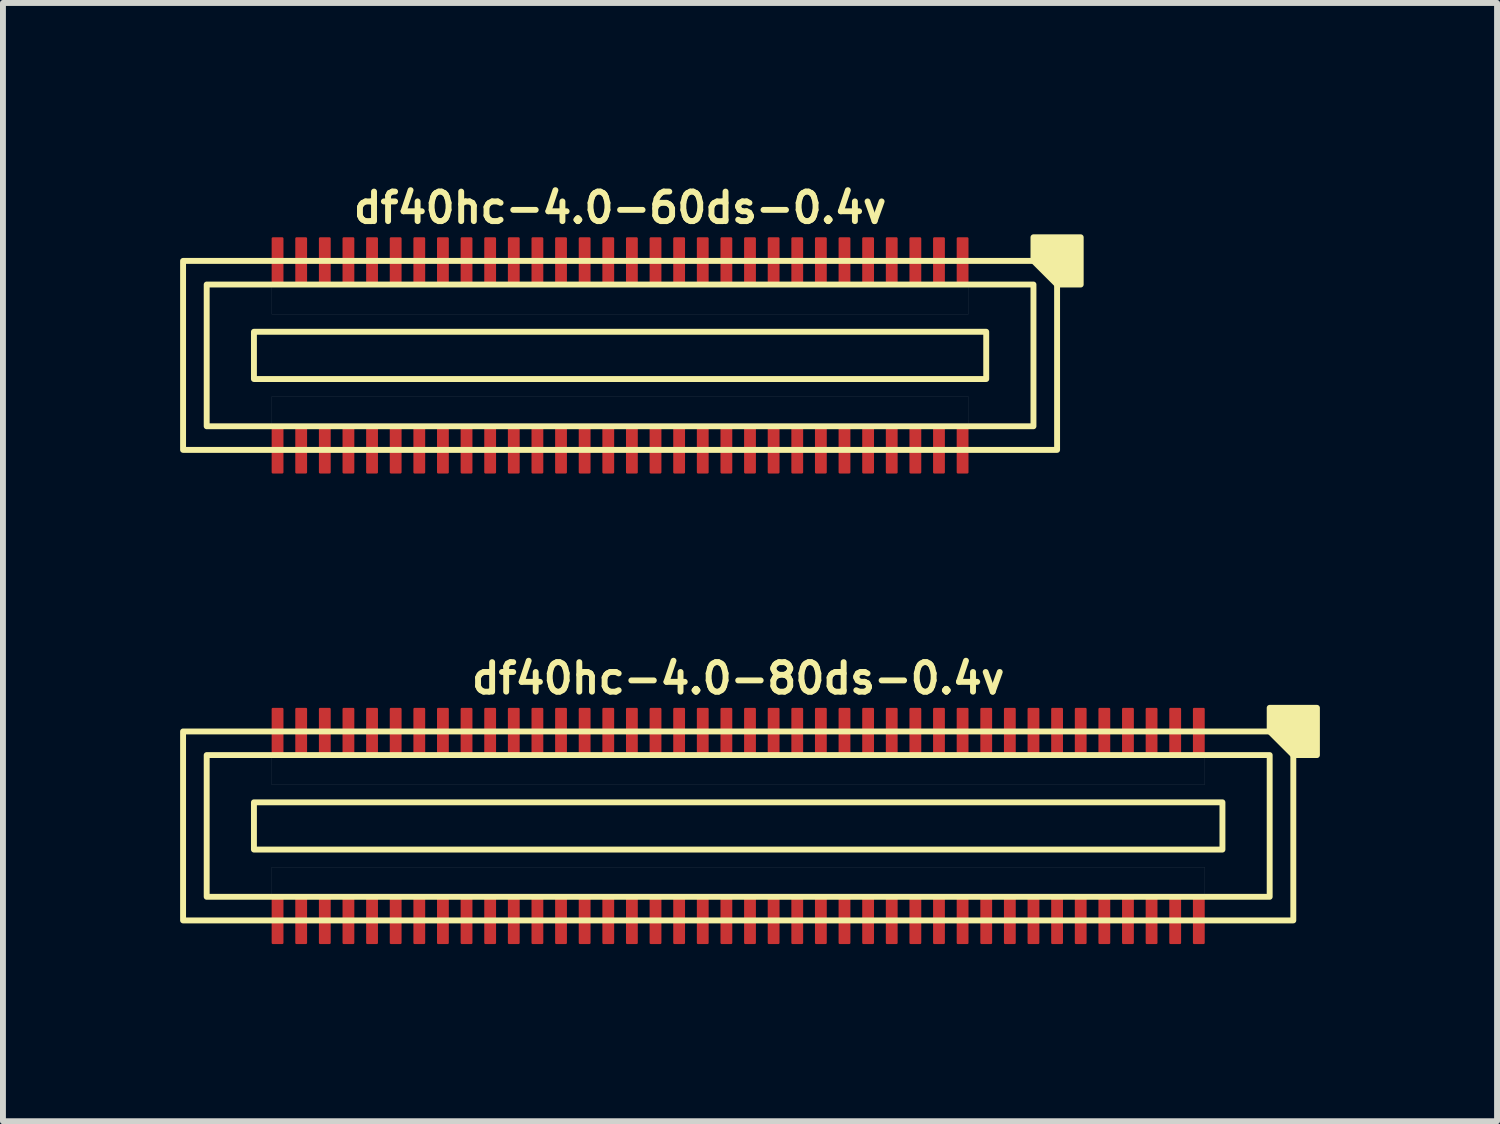
<source format=kicad_pcb>
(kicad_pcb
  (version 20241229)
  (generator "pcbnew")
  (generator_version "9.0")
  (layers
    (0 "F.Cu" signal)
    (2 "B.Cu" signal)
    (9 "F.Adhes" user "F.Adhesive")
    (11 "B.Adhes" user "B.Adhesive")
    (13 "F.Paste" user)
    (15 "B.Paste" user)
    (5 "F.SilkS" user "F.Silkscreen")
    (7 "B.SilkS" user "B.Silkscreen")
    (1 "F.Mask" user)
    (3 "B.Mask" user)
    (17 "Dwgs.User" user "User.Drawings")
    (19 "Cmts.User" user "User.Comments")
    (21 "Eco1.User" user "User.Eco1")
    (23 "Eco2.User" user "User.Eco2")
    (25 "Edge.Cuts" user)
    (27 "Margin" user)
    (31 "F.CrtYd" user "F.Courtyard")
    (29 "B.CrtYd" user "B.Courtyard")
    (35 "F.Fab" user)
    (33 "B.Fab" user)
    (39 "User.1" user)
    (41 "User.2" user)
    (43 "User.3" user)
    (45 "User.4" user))
  (footprint "df40hc-4.0-80ds-0.4v"
    (layer "F.Cu")
    (at 9.45 10.936)
    (property "Reference" "df40hc-4.0-80ds-0.4v" (at 0 -2.5 180) (layer "F.SilkS") (effects (font (size 0.5 0.5) (thickness 0.1))))
    (attr smd)
    (fp_rect (start -8.2 -0.4) (end 8.2 0.4) (stroke (width 0.1) (type default)) (fill no) (layer "F.SilkS"))
    (fp_rect (start 9 -1.2) (end -9 1.2) (stroke (width 0.1) (type default)) (fill no) (layer "F.SilkS"))
    (fp_rect (start 9.4 -1.6) (end -9.4 1.6) (stroke (width 0.1) (type default)) (fill no) (layer "F.SilkS"))
    (fp_poly (pts (xy 9 -1.6) (xy 9 -2) (xy 9.8 -2) (xy 9.8 -1.2) (xy 9.4 -1.2)) (stroke (width 0.1) (type solid)) (fill yes) (layer "F.SilkS"))
    (fp_poly (pts (xy -7.9 -1.2) (xy 7.9 -1.2) (xy 7.9 -0.7) (xy -7.9 -0.7)) (stroke (width 0.001) (type solid)) (fill no) (layer "Dwgs.User"))
    (fp_poly (pts (xy -7.9 0.7) (xy 7.9 0.7) (xy 7.9 1.2) (xy -7.9 1.2)) (stroke (width 0.001) (type solid)) (fill no) (layer "Dwgs.User"))
    (pad "1" smd roundrect (at 7.8 -1.6) (size 0.2 0.8) (layers "F.Cu" "F.Mask" "F.Paste") (roundrect_rratio 0.1))
    (pad "2" smd roundrect (at 7.8 1.6) (size 0.2 0.8) (layers "F.Cu" "F.Mask" "F.Paste") (roundrect_rratio 0.1))
    (pad "3" smd roundrect (at 7.4 -1.6) (size 0.2 0.8) (layers "F.Cu" "F.Mask" "F.Paste") (roundrect_rratio 0.1))
    (pad "4" smd roundrect (at 7.4 1.6) (size 0.2 0.8) (layers "F.Cu" "F.Mask" "F.Paste") (roundrect_rratio 0.1))
    (pad "5" smd roundrect (at 7 -1.6) (size 0.2 0.8) (layers "F.Cu" "F.Mask" "F.Paste") (roundrect_rratio 0.1))
    (pad "6" smd roundrect (at 7 1.6) (size 0.2 0.8) (layers "F.Cu" "F.Mask" "F.Paste") (roundrect_rratio 0.1))
    (pad "7" smd roundrect (at 6.6 -1.6) (size 0.2 0.8) (layers "F.Cu" "F.Mask" "F.Paste") (roundrect_rratio 0.1))
    (pad "8" smd roundrect (at 6.6 1.6) (size 0.2 0.8) (layers "F.Cu" "F.Mask" "F.Paste") (roundrect_rratio 0.1))
    (pad "9" smd roundrect (at 6.2 -1.6) (size 0.2 0.8) (layers "F.Cu" "F.Mask" "F.Paste") (roundrect_rratio 0.1))
    (pad "10" smd roundrect (at 6.2 1.6) (size 0.2 0.8) (layers "F.Cu" "F.Mask" "F.Paste") (roundrect_rratio 0.1))
    (pad "11" smd roundrect (at 5.8 -1.6) (size 0.2 0.8) (layers "F.Cu" "F.Mask" "F.Paste") (roundrect_rratio 0.1))
    (pad "12" smd roundrect (at 5.8 1.6) (size 0.2 0.8) (layers "F.Cu" "F.Mask" "F.Paste") (roundrect_rratio 0.1))
    (pad "13" smd roundrect (at 5.4 -1.6) (size 0.2 0.8) (layers "F.Cu" "F.Mask" "F.Paste") (roundrect_rratio 0.1))
    (pad "14" smd roundrect (at 5.4 1.6) (size 0.2 0.8) (layers "F.Cu" "F.Mask" "F.Paste") (roundrect_rratio 0.1))
    (pad "15" smd roundrect (at 5 -1.6) (size 0.2 0.8) (layers "F.Cu" "F.Mask" "F.Paste") (roundrect_rratio 0.1))
    (pad "16" smd roundrect (at 5 1.6) (size 0.2 0.8) (layers "F.Cu" "F.Mask" "F.Paste") (roundrect_rratio 0.1))
    (pad "17" smd roundrect (at 4.6 -1.6) (size 0.2 0.8) (layers "F.Cu" "F.Mask" "F.Paste") (roundrect_rratio 0.1))
    (pad "18" smd roundrect (at 4.6 1.6) (size 0.2 0.8) (layers "F.Cu" "F.Mask" "F.Paste") (roundrect_rratio 0.1))
    (pad "19" smd roundrect (at 4.2 -1.6) (size 0.2 0.8) (layers "F.Cu" "F.Mask" "F.Paste") (roundrect_rratio 0.1))
    (pad "20" smd roundrect (at 4.2 1.6) (size 0.2 0.8) (layers "F.Cu" "F.Mask" "F.Paste") (roundrect_rratio 0.1))
    (pad "21" smd roundrect (at 3.8 -1.6) (size 0.2 0.8) (layers "F.Cu" "F.Mask" "F.Paste") (roundrect_rratio 0.1))
    (pad "22" smd roundrect (at 3.8 1.6) (size 0.2 0.8) (layers "F.Cu" "F.Mask" "F.Paste") (roundrect_rratio 0.1))
    (pad "23" smd roundrect (at 3.4 -1.6) (size 0.2 0.8) (layers "F.Cu" "F.Mask" "F.Paste") (roundrect_rratio 0.1))
    (pad "24" smd roundrect (at 3.4 1.6) (size 0.2 0.8) (layers "F.Cu" "F.Mask" "F.Paste") (roundrect_rratio 0.1))
    (pad "25" smd roundrect (at 3 -1.6) (size 0.2 0.8) (layers "F.Cu" "F.Mask" "F.Paste") (roundrect_rratio 0.1))
    (pad "26" smd roundrect (at 3 1.6) (size 0.2 0.8) (layers "F.Cu" "F.Mask" "F.Paste") (roundrect_rratio 0.1))
    (pad "27" smd roundrect (at 2.6 -1.6) (size 0.2 0.8) (layers "F.Cu" "F.Mask" "F.Paste") (roundrect_rratio 0.1))
    (pad "28" smd roundrect (at 2.6 1.6) (size 0.2 0.8) (layers "F.Cu" "F.Mask" "F.Paste") (roundrect_rratio 0.1))
    (pad "29" smd roundrect (at 2.2 -1.6) (size 0.2 0.8) (layers "F.Cu" "F.Mask" "F.Paste") (roundrect_rratio 0.1))
    (pad "30" smd roundrect (at 2.2 1.6) (size 0.2 0.8) (layers "F.Cu" "F.Mask" "F.Paste") (roundrect_rratio 0.1))
    (pad "31" smd roundrect (at 1.8 -1.6) (size 0.2 0.8) (layers "F.Cu" "F.Mask" "F.Paste") (roundrect_rratio 0.1))
    (pad "32" smd roundrect (at 1.8 1.6) (size 0.2 0.8) (layers "F.Cu" "F.Mask" "F.Paste") (roundrect_rratio 0.1))
    (pad "33" smd roundrect (at 1.4 -1.6) (size 0.2 0.8) (layers "F.Cu" "F.Mask" "F.Paste") (roundrect_rratio 0.1))
    (pad "34" smd roundrect (at 1.4 1.6) (size 0.2 0.8) (layers "F.Cu" "F.Mask" "F.Paste") (roundrect_rratio 0.1))
    (pad "35" smd roundrect (at 1 -1.6) (size 0.2 0.8) (layers "F.Cu" "F.Mask" "F.Paste") (roundrect_rratio 0.1))
    (pad "36" smd roundrect (at 1 1.6) (size 0.2 0.8) (layers "F.Cu" "F.Mask" "F.Paste") (roundrect_rratio 0.1))
    (pad "37" smd roundrect (at 0.6 -1.6) (size 0.2 0.8) (layers "F.Cu" "F.Mask" "F.Paste") (roundrect_rratio 0.1))
    (pad "38" smd roundrect (at 0.6 1.6) (size 0.2 0.8) (layers "F.Cu" "F.Mask" "F.Paste") (roundrect_rratio 0.1))
    (pad "39" smd roundrect (at 0.2 -1.6) (size 0.2 0.8) (layers "F.Cu" "F.Mask" "F.Paste") (roundrect_rratio 0.1))
    (pad "40" smd roundrect (at 0.2 1.6) (size 0.2 0.8) (layers "F.Cu" "F.Mask" "F.Paste") (roundrect_rratio 0.1))
    (pad "41" smd roundrect (at -0.2 -1.6) (size 0.2 0.8) (layers "F.Cu" "F.Mask" "F.Paste") (roundrect_rratio 0.1))
    (pad "42" smd roundrect (at -0.2 1.6) (size 0.2 0.8) (layers "F.Cu" "F.Mask" "F.Paste") (roundrect_rratio 0.1))
    (pad "43" smd roundrect (at -0.6 -1.6) (size 0.2 0.8) (layers "F.Cu" "F.Mask" "F.Paste") (roundrect_rratio 0.1))
    (pad "44" smd roundrect (at -0.6 1.6) (size 0.2 0.8) (layers "F.Cu" "F.Mask" "F.Paste") (roundrect_rratio 0.1))
    (pad "45" smd roundrect (at -1 -1.6) (size 0.2 0.8) (layers "F.Cu" "F.Mask" "F.Paste") (roundrect_rratio 0.1))
    (pad "46" smd roundrect (at -1 1.6) (size 0.2 0.8) (layers "F.Cu" "F.Mask" "F.Paste") (roundrect_rratio 0.1))
    (pad "47" smd roundrect (at -1.4 -1.6) (size 0.2 0.8) (layers "F.Cu" "F.Mask" "F.Paste") (roundrect_rratio 0.1))
    (pad "48" smd roundrect (at -1.4 1.6) (size 0.2 0.8) (layers "F.Cu" "F.Mask" "F.Paste") (roundrect_rratio 0.1))
    (pad "49" smd roundrect (at -1.8 -1.6) (size 0.2 0.8) (layers "F.Cu" "F.Mask" "F.Paste") (roundrect_rratio 0.1))
    (pad "50" smd roundrect (at -1.8 1.6) (size 0.2 0.8) (layers "F.Cu" "F.Mask" "F.Paste") (roundrect_rratio 0.1))
    (pad "51" smd roundrect (at -2.2 -1.6) (size 0.2 0.8) (layers "F.Cu" "F.Mask" "F.Paste") (roundrect_rratio 0.1))
    (pad "52" smd roundrect (at -2.2 1.6) (size 0.2 0.8) (layers "F.Cu" "F.Mask" "F.Paste") (roundrect_rratio 0.1))
    (pad "53" smd roundrect (at -2.6 -1.6) (size 0.2 0.8) (layers "F.Cu" "F.Mask" "F.Paste") (roundrect_rratio 0.1))
    (pad "54" smd roundrect (at -2.6 1.6) (size 0.2 0.8) (layers "F.Cu" "F.Mask" "F.Paste") (roundrect_rratio 0.1))
    (pad "55" smd roundrect (at -3 -1.6) (size 0.2 0.8) (layers "F.Cu" "F.Mask" "F.Paste") (roundrect_rratio 0.1))
    (pad "56" smd roundrect (at -3 1.6) (size 0.2 0.8) (layers "F.Cu" "F.Mask" "F.Paste") (roundrect_rratio 0.1))
    (pad "57" smd roundrect (at -3.4 -1.6) (size 0.2 0.8) (layers "F.Cu" "F.Mask" "F.Paste") (roundrect_rratio 0.1))
    (pad "58" smd roundrect (at -3.4 1.6) (size 0.2 0.8) (layers "F.Cu" "F.Mask" "F.Paste") (roundrect_rratio 0.1))
    (pad "59" smd roundrect (at -3.8 -1.6) (size 0.2 0.8) (layers "F.Cu" "F.Mask" "F.Paste") (roundrect_rratio 0.1))
    (pad "60" smd roundrect (at -3.8 1.6) (size 0.2 0.8) (layers "F.Cu" "F.Mask" "F.Paste") (roundrect_rratio 0.1))
    (pad "61" smd roundrect (at -4.2 -1.6) (size 0.2 0.8) (layers "F.Cu" "F.Mask" "F.Paste") (roundrect_rratio 0.1))
    (pad "62" smd roundrect (at -4.2 1.6) (size 0.2 0.8) (layers "F.Cu" "F.Mask" "F.Paste") (roundrect_rratio 0.1))
    (pad "63" smd roundrect (at -4.6 -1.6) (size 0.2 0.8) (layers "F.Cu" "F.Mask" "F.Paste") (roundrect_rratio 0.1))
    (pad "64" smd roundrect (at -4.6 1.6) (size 0.2 0.8) (layers "F.Cu" "F.Mask" "F.Paste") (roundrect_rratio 0.1))
    (pad "65" smd roundrect (at -5 -1.6) (size 0.2 0.8) (layers "F.Cu" "F.Mask" "F.Paste") (roundrect_rratio 0.1))
    (pad "66" smd roundrect (at -5 1.6) (size 0.2 0.8) (layers "F.Cu" "F.Mask" "F.Paste") (roundrect_rratio 0.1))
    (pad "67" smd roundrect (at -5.4 -1.6) (size 0.2 0.8) (layers "F.Cu" "F.Mask" "F.Paste") (roundrect_rratio 0.1))
    (pad "68" smd roundrect (at -5.4 1.6) (size 0.2 0.8) (layers "F.Cu" "F.Mask" "F.Paste") (roundrect_rratio 0.1))
    (pad "69" smd roundrect (at -5.8 -1.6) (size 0.2 0.8) (layers "F.Cu" "F.Mask" "F.Paste") (roundrect_rratio 0.1))
    (pad "70" smd roundrect (at -5.8 1.6) (size 0.2 0.8) (layers "F.Cu" "F.Mask" "F.Paste") (roundrect_rratio 0.1))
    (pad "71" smd roundrect (at -6.2 -1.6) (size 0.2 0.8) (layers "F.Cu" "F.Mask" "F.Paste") (roundrect_rratio 0.1))
    (pad "72" smd roundrect (at -6.2 1.6) (size 0.2 0.8) (layers "F.Cu" "F.Mask" "F.Paste") (roundrect_rratio 0.1))
    (pad "73" smd roundrect (at -6.6 -1.6) (size 0.2 0.8) (layers "F.Cu" "F.Mask" "F.Paste") (roundrect_rratio 0.1))
    (pad "74" smd roundrect (at -6.6 1.6) (size 0.2 0.8) (layers "F.Cu" "F.Mask" "F.Paste") (roundrect_rratio 0.1))
    (pad "75" smd roundrect (at -7 -1.6) (size 0.2 0.8) (layers "F.Cu" "F.Mask" "F.Paste") (roundrect_rratio 0.1))
    (pad "76" smd roundrect (at -7 1.6) (size 0.2 0.8) (layers "F.Cu" "F.Mask" "F.Paste") (roundrect_rratio 0.1))
    (pad "77" smd roundrect (at -7.4 -1.6) (size 0.2 0.8) (layers "F.Cu" "F.Mask" "F.Paste") (roundrect_rratio 0.1))
    (pad "78" smd roundrect (at -7.4 1.6) (size 0.2 0.8) (layers "F.Cu" "F.Mask" "F.Paste") (roundrect_rratio 0.1))
    (pad "79" smd roundrect (at -7.8 -1.6) (size 0.2 0.8) (layers "F.Cu" "F.Mask" "F.Paste") (roundrect_rratio 0.1))
    (pad "80" smd roundrect (at -7.8 1.6) (size 0.2 0.8) (layers "F.Cu" "F.Mask" "F.Paste") (roundrect_rratio 0.1)))
  (footprint "df40hc-4.0-60ds-0.4v"
    (layer "F.Cu")
    (at 7.45 2.968)
    (property "Reference" "df40hc-4.0-60ds-0.4v" (at 0 -2.5 180) (layer "F.SilkS") (effects (font (size 0.5 0.5) (thickness 0.1))))
    (attr smd)
    (fp_rect (start -6.2 -0.4) (end 6.2 0.4) (stroke (width 0.1) (type default)) (fill no) (layer "F.SilkS"))
    (fp_rect (start 7 -1.2) (end -7 1.2) (stroke (width 0.1) (type default)) (fill no) (layer "F.SilkS"))
    (fp_rect (start 7.4 -1.6) (end -7.4 1.6) (stroke (width 0.1) (type default)) (fill no) (layer "F.SilkS"))
    (fp_poly (pts (xy 7 -1.6) (xy 7 -2) (xy 7.8 -2) (xy 7.8 -1.2) (xy 7.4 -1.2)) (stroke (width 0.1) (type solid)) (fill yes) (layer "F.SilkS"))
    (fp_poly (pts (xy -5.9 -1.2) (xy 5.9 -1.2) (xy 5.9 -0.7) (xy -5.9 -0.7)) (stroke (width 0.001) (type solid)) (fill no) (layer "Dwgs.User"))
    (fp_poly (pts (xy -5.9 0.7) (xy 5.9 0.7) (xy 5.9 1.2) (xy -5.9 1.2)) (stroke (width 0.001) (type solid)) (fill no) (layer "Dwgs.User"))
    (pad "1" smd roundrect (at 5.8 -1.6) (size 0.2 0.8) (layers "F.Cu" "F.Mask" "F.Paste") (roundrect_rratio 0.1))
    (pad "2" smd roundrect (at 5.8 1.6) (size 0.2 0.8) (layers "F.Cu" "F.Mask" "F.Paste") (roundrect_rratio 0.1))
    (pad "3" smd roundrect (at 5.4 -1.6) (size 0.2 0.8) (layers "F.Cu" "F.Mask" "F.Paste") (roundrect_rratio 0.1))
    (pad "4" smd roundrect (at 5.4 1.6) (size 0.2 0.8) (layers "F.Cu" "F.Mask" "F.Paste") (roundrect_rratio 0.1))
    (pad "5" smd roundrect (at 5 -1.6) (size 0.2 0.8) (layers "F.Cu" "F.Mask" "F.Paste") (roundrect_rratio 0.1))
    (pad "6" smd roundrect (at 5 1.6) (size 0.2 0.8) (layers "F.Cu" "F.Mask" "F.Paste") (roundrect_rratio 0.1))
    (pad "7" smd roundrect (at 4.6 -1.6) (size 0.2 0.8) (layers "F.Cu" "F.Mask" "F.Paste") (roundrect_rratio 0.1))
    (pad "8" smd roundrect (at 4.6 1.6) (size 0.2 0.8) (layers "F.Cu" "F.Mask" "F.Paste") (roundrect_rratio 0.1))
    (pad "9" smd roundrect (at 4.2 -1.6) (size 0.2 0.8) (layers "F.Cu" "F.Mask" "F.Paste") (roundrect_rratio 0.1))
    (pad "10" smd roundrect (at 4.2 1.6) (size 0.2 0.8) (layers "F.Cu" "F.Mask" "F.Paste") (roundrect_rratio 0.1))
    (pad "11" smd roundrect (at 3.8 -1.6) (size 0.2 0.8) (layers "F.Cu" "F.Mask" "F.Paste") (roundrect_rratio 0.1))
    (pad "12" smd roundrect (at 3.8 1.6) (size 0.2 0.8) (layers "F.Cu" "F.Mask" "F.Paste") (roundrect_rratio 0.1))
    (pad "13" smd roundrect (at 3.4 -1.6) (size 0.2 0.8) (layers "F.Cu" "F.Mask" "F.Paste") (roundrect_rratio 0.1))
    (pad "14" smd roundrect (at 3.4 1.6) (size 0.2 0.8) (layers "F.Cu" "F.Mask" "F.Paste") (roundrect_rratio 0.1))
    (pad "15" smd roundrect (at 3 -1.6) (size 0.2 0.8) (layers "F.Cu" "F.Mask" "F.Paste") (roundrect_rratio 0.1))
    (pad "16" smd roundrect (at 3 1.6) (size 0.2 0.8) (layers "F.Cu" "F.Mask" "F.Paste") (roundrect_rratio 0.1))
    (pad "17" smd roundrect (at 2.6 -1.6) (size 0.2 0.8) (layers "F.Cu" "F.Mask" "F.Paste") (roundrect_rratio 0.1))
    (pad "18" smd roundrect (at 2.6 1.6) (size 0.2 0.8) (layers "F.Cu" "F.Mask" "F.Paste") (roundrect_rratio 0.1))
    (pad "19" smd roundrect (at 2.2 -1.6) (size 0.2 0.8) (layers "F.Cu" "F.Mask" "F.Paste") (roundrect_rratio 0.1))
    (pad "20" smd roundrect (at 2.2 1.6) (size 0.2 0.8) (layers "F.Cu" "F.Mask" "F.Paste") (roundrect_rratio 0.1))
    (pad "21" smd roundrect (at 1.8 -1.6) (size 0.2 0.8) (layers "F.Cu" "F.Mask" "F.Paste") (roundrect_rratio 0.1))
    (pad "22" smd roundrect (at 1.8 1.6) (size 0.2 0.8) (layers "F.Cu" "F.Mask" "F.Paste") (roundrect_rratio 0.1))
    (pad "23" smd roundrect (at 1.4 -1.6) (size 0.2 0.8) (layers "F.Cu" "F.Mask" "F.Paste") (roundrect_rratio 0.1))
    (pad "24" smd roundrect (at 1.4 1.6) (size 0.2 0.8) (layers "F.Cu" "F.Mask" "F.Paste") (roundrect_rratio 0.1))
    (pad "25" smd roundrect (at 1 -1.6) (size 0.2 0.8) (layers "F.Cu" "F.Mask" "F.Paste") (roundrect_rratio 0.1))
    (pad "26" smd roundrect (at 1 1.6) (size 0.2 0.8) (layers "F.Cu" "F.Mask" "F.Paste") (roundrect_rratio 0.1))
    (pad "27" smd roundrect (at 0.6 -1.6) (size 0.2 0.8) (layers "F.Cu" "F.Mask" "F.Paste") (roundrect_rratio 0.1))
    (pad "28" smd roundrect (at 0.6 1.6) (size 0.2 0.8) (layers "F.Cu" "F.Mask" "F.Paste") (roundrect_rratio 0.1))
    (pad "29" smd roundrect (at 0.2 -1.6) (size 0.2 0.8) (layers "F.Cu" "F.Mask" "F.Paste") (roundrect_rratio 0.1))
    (pad "30" smd roundrect (at 0.2 1.6) (size 0.2 0.8) (layers "F.Cu" "F.Mask" "F.Paste") (roundrect_rratio 0.1))
    (pad "31" smd roundrect (at -0.2 -1.6) (size 0.2 0.8) (layers "F.Cu" "F.Mask" "F.Paste") (roundrect_rratio 0.1))
    (pad "32" smd roundrect (at -0.2 1.6) (size 0.2 0.8) (layers "F.Cu" "F.Mask" "F.Paste") (roundrect_rratio 0.1))
    (pad "33" smd roundrect (at -0.6 -1.6) (size 0.2 0.8) (layers "F.Cu" "F.Mask" "F.Paste") (roundrect_rratio 0.1))
    (pad "34" smd roundrect (at -0.6 1.6) (size 0.2 0.8) (layers "F.Cu" "F.Mask" "F.Paste") (roundrect_rratio 0.1))
    (pad "35" smd roundrect (at -1 -1.6) (size 0.2 0.8) (layers "F.Cu" "F.Mask" "F.Paste") (roundrect_rratio 0.1))
    (pad "36" smd roundrect (at -1 1.6) (size 0.2 0.8) (layers "F.Cu" "F.Mask" "F.Paste") (roundrect_rratio 0.1))
    (pad "37" smd roundrect (at -1.4 -1.6) (size 0.2 0.8) (layers "F.Cu" "F.Mask" "F.Paste") (roundrect_rratio 0.1))
    (pad "38" smd roundrect (at -1.4 1.6) (size 0.2 0.8) (layers "F.Cu" "F.Mask" "F.Paste") (roundrect_rratio 0.1))
    (pad "39" smd roundrect (at -1.8 -1.6) (size 0.2 0.8) (layers "F.Cu" "F.Mask" "F.Paste") (roundrect_rratio 0.1))
    (pad "40" smd roundrect (at -1.8 1.6) (size 0.2 0.8) (layers "F.Cu" "F.Mask" "F.Paste") (roundrect_rratio 0.1))
    (pad "41" smd roundrect (at -2.2 -1.6) (size 0.2 0.8) (layers "F.Cu" "F.Mask" "F.Paste") (roundrect_rratio 0.1))
    (pad "42" smd roundrect (at -2.2 1.6) (size 0.2 0.8) (layers "F.Cu" "F.Mask" "F.Paste") (roundrect_rratio 0.1))
    (pad "43" smd roundrect (at -2.6 -1.6) (size 0.2 0.8) (layers "F.Cu" "F.Mask" "F.Paste") (roundrect_rratio 0.1))
    (pad "44" smd roundrect (at -2.6 1.6) (size 0.2 0.8) (layers "F.Cu" "F.Mask" "F.Paste") (roundrect_rratio 0.1))
    (pad "45" smd roundrect (at -3 -1.6) (size 0.2 0.8) (layers "F.Cu" "F.Mask" "F.Paste") (roundrect_rratio 0.1))
    (pad "46" smd roundrect (at -3 1.6) (size 0.2 0.8) (layers "F.Cu" "F.Mask" "F.Paste") (roundrect_rratio 0.1))
    (pad "47" smd roundrect (at -3.4 -1.6) (size 0.2 0.8) (layers "F.Cu" "F.Mask" "F.Paste") (roundrect_rratio 0.1))
    (pad "48" smd roundrect (at -3.4 1.6) (size 0.2 0.8) (layers "F.Cu" "F.Mask" "F.Paste") (roundrect_rratio 0.1))
    (pad "49" smd roundrect (at -3.8 -1.6) (size 0.2 0.8) (layers "F.Cu" "F.Mask" "F.Paste") (roundrect_rratio 0.1))
    (pad "50" smd roundrect (at -3.8 1.6) (size 0.2 0.8) (layers "F.Cu" "F.Mask" "F.Paste") (roundrect_rratio 0.1))
    (pad "51" smd roundrect (at -4.2 -1.6) (size 0.2 0.8) (layers "F.Cu" "F.Mask" "F.Paste") (roundrect_rratio 0.1))
    (pad "52" smd roundrect (at -4.2 1.6) (size 0.2 0.8) (layers "F.Cu" "F.Mask" "F.Paste") (roundrect_rratio 0.1))
    (pad "53" smd roundrect (at -4.6 -1.6) (size 0.2 0.8) (layers "F.Cu" "F.Mask" "F.Paste") (roundrect_rratio 0.1))
    (pad "54" smd roundrect (at -4.6 1.6) (size 0.2 0.8) (layers "F.Cu" "F.Mask" "F.Paste") (roundrect_rratio 0.1))
    (pad "55" smd roundrect (at -5 -1.6) (size 0.2 0.8) (layers "F.Cu" "F.Mask" "F.Paste") (roundrect_rratio 0.1))
    (pad "56" smd roundrect (at -5 1.6) (size 0.2 0.8) (layers "F.Cu" "F.Mask" "F.Paste") (roundrect_rratio 0.1))
    (pad "57" smd roundrect (at -5.4 -1.6) (size 0.2 0.8) (layers "F.Cu" "F.Mask" "F.Paste") (roundrect_rratio 0.1))
    (pad "58" smd roundrect (at -5.4 1.6) (size 0.2 0.8) (layers "F.Cu" "F.Mask" "F.Paste") (roundrect_rratio 0.1))
    (pad "59" smd roundrect (at -5.8 -1.6) (size 0.2 0.8) (layers "F.Cu" "F.Mask" "F.Paste") (roundrect_rratio 0.1))
    (pad "60" smd roundrect (at -5.8 1.6) (size 0.2 0.8) (layers "F.Cu" "F.Mask" "F.Paste") (roundrect_rratio 0.1)))
  (gr_rect
    (start -3 -3)
    (end 22.3 15.936)
    (stroke (width 0.1) (type default))
    (fill no)
    (layer "Edge.Cuts")))
</source>
